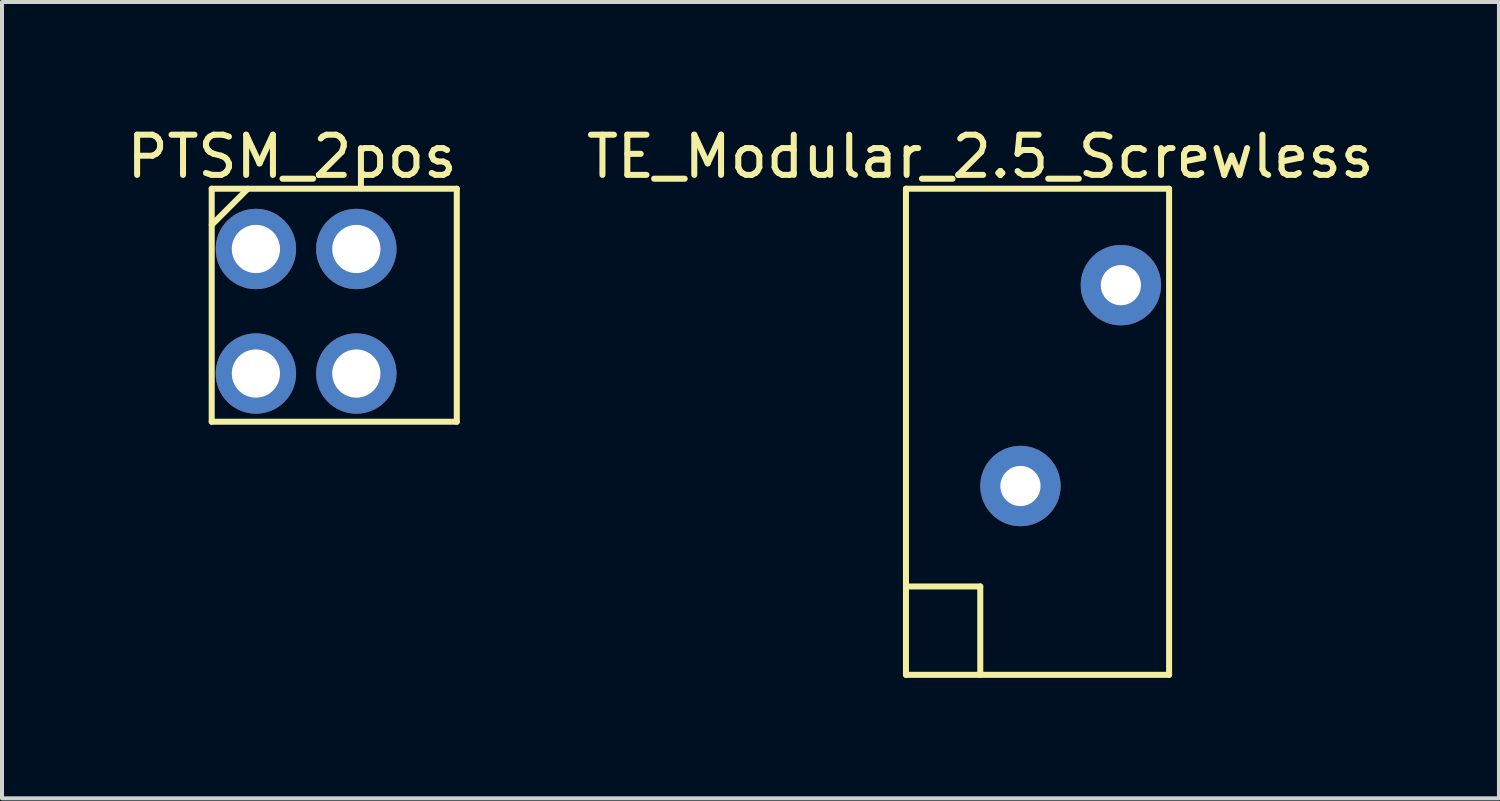
<source format=kicad_pcb>
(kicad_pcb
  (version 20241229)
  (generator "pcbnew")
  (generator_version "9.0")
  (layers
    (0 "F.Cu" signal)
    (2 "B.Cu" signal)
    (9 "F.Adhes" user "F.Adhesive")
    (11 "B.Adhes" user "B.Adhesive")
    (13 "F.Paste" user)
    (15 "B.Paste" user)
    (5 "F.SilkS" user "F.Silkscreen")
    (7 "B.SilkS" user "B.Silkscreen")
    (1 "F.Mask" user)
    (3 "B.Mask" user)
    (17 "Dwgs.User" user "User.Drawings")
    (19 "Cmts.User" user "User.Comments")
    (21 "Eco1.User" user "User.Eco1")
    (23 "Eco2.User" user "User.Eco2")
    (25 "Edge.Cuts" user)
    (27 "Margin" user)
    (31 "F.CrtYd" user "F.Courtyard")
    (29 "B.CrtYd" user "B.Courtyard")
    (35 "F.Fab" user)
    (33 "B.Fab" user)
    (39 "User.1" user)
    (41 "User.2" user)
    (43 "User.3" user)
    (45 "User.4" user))
  (footprint "TE_Modular_2.5_Screwless"
    (layer "F.Cu")
    (at 22.351 6.548)
    (property "Reference" "TE_Modular_2.5_Screwless" (at -1 -5.7 0) (layer "F.SilkS") (effects (font (size 1 1) (thickness 0.15))))
    (attr through_hole)
    (fp_line (start -2.85 -4.9) (end -2.85 7.2) (stroke (width 0.15) (type solid)) (layer "F.SilkS"))
    (fp_line (start -2.85 -4.9) (end 3.7 -4.9) (stroke (width 0.15) (type solid)) (layer "F.SilkS"))
    (fp_line (start -2.85 7.2) (end 3.7 7.2) (stroke (width 0.15) (type solid)) (layer "F.SilkS"))
    (fp_line (start -2.8 5) (end -1 5) (stroke (width 0.15) (type solid)) (layer "F.SilkS"))
    (fp_line (start -1 5) (end -1 7.2) (stroke (width 0.15) (type solid)) (layer "F.SilkS"))
    (fp_line (start 3.7 7.2) (end 3.7 -4.9) (stroke (width 0.15) (type solid)) (layer "F.SilkS"))
    (pad "1" thru_hole circle (at 0 2.5) (size 2 2) (drill 1) (layers "*.Cu" "*.Mask"))
    (pad "2" thru_hole circle (at 2.5 -2.5) (size 2 2) (drill 1) (layers "*.Cu" "*.Mask")))
  (footprint "PTSM_2pos"
    (layer "F.Cu")
    (at 3.32 4.648)
    (property "Reference" "PTSM_2pos" (at 0.9 -3.8 0) (layer "F.SilkS") (effects (font (size 1 1) (thickness 0.15))))
    (attr through_hole)
    (fp_line (start -1.1 -3) (end -1.1 2.8) (stroke (width 0.15) (type solid)) (layer "F.SilkS"))
    (fp_line (start -1.1 -3) (end 5 -3) (stroke (width 0.15) (type solid)) (layer "F.SilkS"))
    (fp_line (start -1.1 2.8) (end 5 2.8) (stroke (width 0.15) (type solid)) (layer "F.SilkS"))
    (fp_line (start -0.2 -3) (end -1.1 -2.1) (stroke (width 0.15) (type solid)) (layer "F.SilkS"))
    (fp_line (start 5 2.8) (end 5 -3) (stroke (width 0.15) (type solid)) (layer "F.SilkS"))
    (pad "1" thru_hole circle (at 0 -1.5) (size 2 2) (drill 1.2) (layers "*.Cu" "*.Mask"))
    (pad "1" thru_hole circle (at 0 1.6) (size 2 2) (drill 1.2) (layers "*.Cu" "*.Mask"))
    (pad "2" thru_hole circle (at 2.5 -1.5) (size 2 2) (drill 1.2) (layers "*.Cu" "*.Mask"))
    (pad "2" thru_hole circle (at 2.5 1.6) (size 2 2) (drill 1.2) (layers "*.Cu" "*.Mask")))
  (gr_rect
    (start -3 -3)
    (end 34.262 16.823)
    (stroke (width 0.1) (type default))
    (fill no)
    (layer "Edge.Cuts")))
</source>
